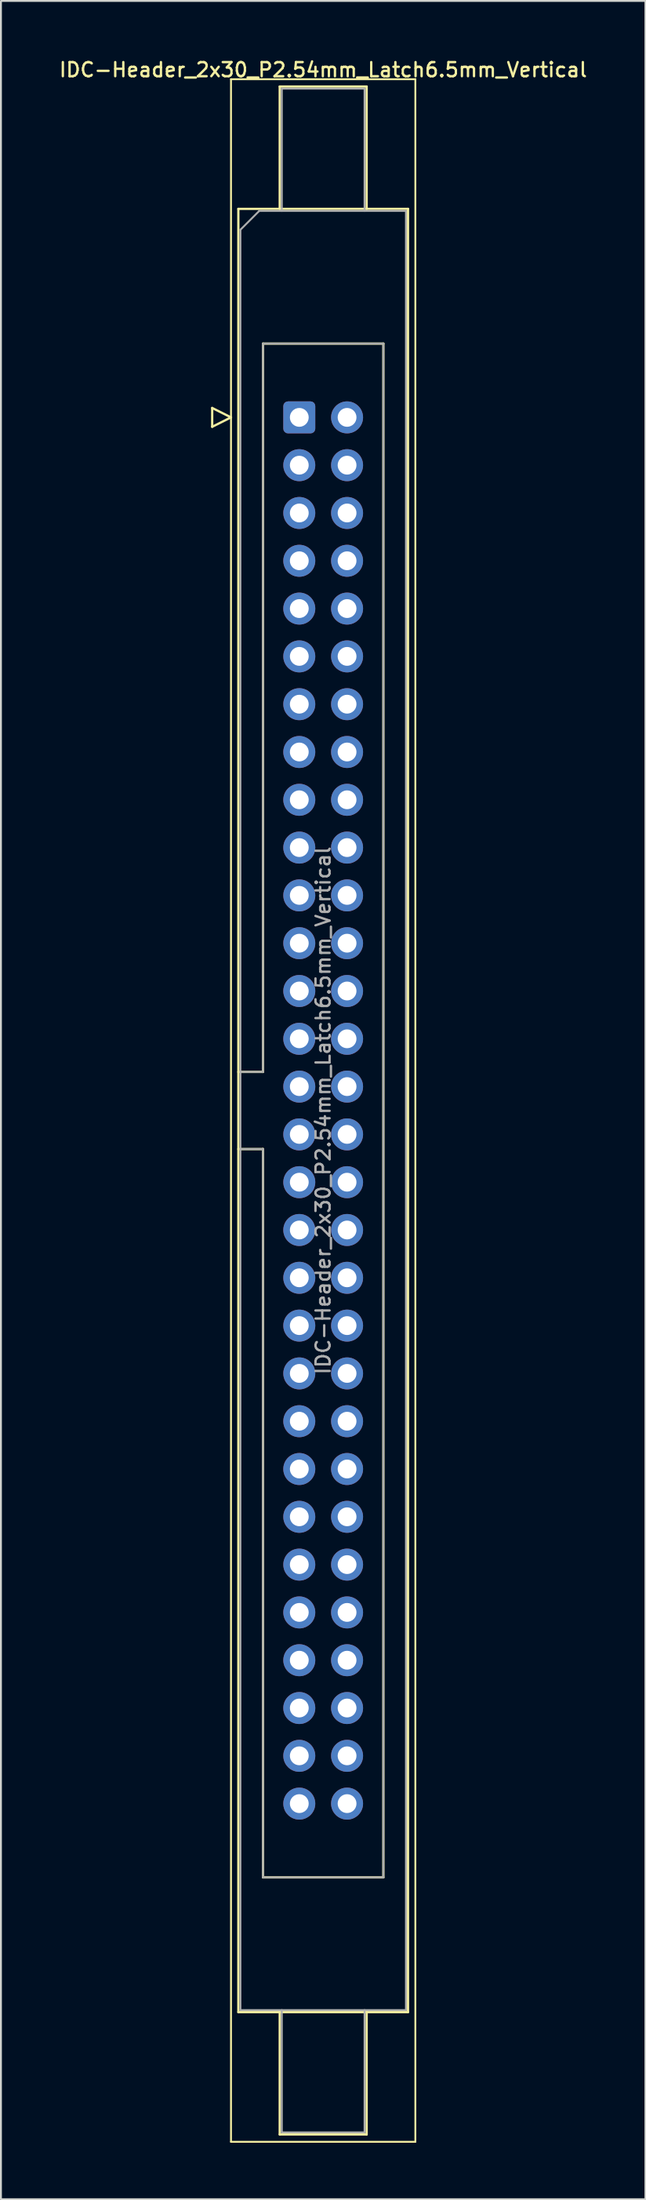
<source format=kicad_pcb>
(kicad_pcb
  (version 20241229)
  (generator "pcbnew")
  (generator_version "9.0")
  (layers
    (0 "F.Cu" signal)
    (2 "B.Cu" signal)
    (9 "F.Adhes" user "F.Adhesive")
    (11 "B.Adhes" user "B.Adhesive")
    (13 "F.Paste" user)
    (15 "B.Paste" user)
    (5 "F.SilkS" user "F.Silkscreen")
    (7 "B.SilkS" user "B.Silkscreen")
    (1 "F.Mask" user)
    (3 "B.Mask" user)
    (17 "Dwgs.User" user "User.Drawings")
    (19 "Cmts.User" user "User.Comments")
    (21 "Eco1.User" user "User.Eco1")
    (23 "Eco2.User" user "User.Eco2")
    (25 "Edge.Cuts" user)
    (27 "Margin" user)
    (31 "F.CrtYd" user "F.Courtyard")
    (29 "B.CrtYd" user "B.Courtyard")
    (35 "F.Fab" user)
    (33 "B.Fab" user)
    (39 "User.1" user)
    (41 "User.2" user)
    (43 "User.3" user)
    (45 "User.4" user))
  (footprint "IDC-Header_2x30_P2.54mm_Latch6.5mm_Vertical"
    (layer "F.Cu")
    (at 12.86 19.128)
    (property "Reference" "IDC-Header_2x30_P2.54mm_Latch6.5mm_Vertical" (at 1.27 -18.47 0) (layer "F.SilkS") (effects (font (size 0.75 0.75) (thickness 0.125))))
    (attr through_hole)
    (fp_line (start -4.63 -0.5) (end -4.63 0.5) (stroke (width 0.12) (type solid)) (layer "F.SilkS"))
    (fp_line (start -4.63 0.5) (end -3.63 0) (stroke (width 0.12) (type solid)) (layer "F.SilkS"))
    (fp_line (start -3.63 -17.97) (end -3.63 91.63) (stroke (width 0.1) (type solid)) (layer "F.SilkS"))
    (fp_line (start -3.63 0) (end -4.63 -0.5) (stroke (width 0.12) (type solid)) (layer "F.SilkS"))
    (fp_line (start -3.63 91.63) (end 6.17 91.63) (stroke (width 0.1) (type solid)) (layer "F.SilkS"))
    (fp_line (start -3.24 -11.08) (end 5.78 -11.08) (stroke (width 0.12) (type solid)) (layer "F.SilkS"))
    (fp_line (start -3.24 34.78) (end -1.93 34.78) (stroke (width 0.12) (type solid)) (layer "F.SilkS"))
    (fp_line (start -3.24 84.74) (end -3.24 -11.08) (stroke (width 0.12) (type solid)) (layer "F.SilkS"))
    (fp_line (start -1.93 -3.92) (end 4.47 -3.92) (stroke (width 0.12) (type solid)) (layer "F.SilkS"))
    (fp_line (start -1.93 34.78) (end -1.93 -3.92) (stroke (width 0.12) (type solid)) (layer "F.SilkS"))
    (fp_line (start -1.93 38.88) (end -3.24 38.88) (stroke (width 0.12) (type solid)) (layer "F.SilkS"))
    (fp_line (start -1.93 38.88) (end -1.93 38.88) (stroke (width 0.12) (type solid)) (layer "F.SilkS"))
    (fp_line (start -1.93 77.58) (end -1.93 38.88) (stroke (width 0.12) (type solid)) (layer "F.SilkS"))
    (fp_line (start -1.04 -17.58) (end 3.58 -17.58) (stroke (width 0.12) (type solid)) (layer "F.SilkS"))
    (fp_line (start -1.04 -11.08) (end -1.04 -17.58) (stroke (width 0.12) (type solid)) (layer "F.SilkS"))
    (fp_line (start -1.04 84.74) (end -1.04 91.24) (stroke (width 0.12) (type solid)) (layer "F.SilkS"))
    (fp_line (start -1.04 91.24) (end 3.58 91.24) (stroke (width 0.12) (type solid)) (layer "F.SilkS"))
    (fp_line (start 3.58 -17.58) (end 3.58 -11.08) (stroke (width 0.12) (type solid)) (layer "F.SilkS"))
    (fp_line (start 3.58 91.24) (end 3.58 84.74) (stroke (width 0.12) (type solid)) (layer "F.SilkS"))
    (fp_line (start 4.47 -3.92) (end 4.47 77.58) (stroke (width 0.12) (type solid)) (layer "F.SilkS"))
    (fp_line (start 4.47 77.58) (end -1.93 77.58) (stroke (width 0.12) (type solid)) (layer "F.SilkS"))
    (fp_line (start 5.78 -11.08) (end 5.78 84.74) (stroke (width 0.12) (type solid)) (layer "F.SilkS"))
    (fp_line (start 5.78 84.74) (end -3.24 84.74) (stroke (width 0.12) (type solid)) (layer "F.SilkS"))
    (fp_line (start 6.17 -17.97) (end -3.63 -17.97) (stroke (width 0.1) (type solid)) (layer "F.SilkS"))
    (fp_line (start 6.17 91.63) (end 6.17 -17.97) (stroke (width 0.1) (type solid)) (layer "F.SilkS"))
    (fp_line (start -3.13 -9.97) (end -2.13 -10.97) (stroke (width 0.1) (type solid)) (layer "F.Fab"))
    (fp_line (start -3.13 34.78) (end -1.93 34.78) (stroke (width 0.1) (type solid)) (layer "F.Fab"))
    (fp_line (start -3.13 84.63) (end -3.13 -9.97) (stroke (width 0.1) (type solid)) (layer "F.Fab"))
    (fp_line (start -2.13 -10.97) (end 5.67 -10.97) (stroke (width 0.1) (type solid)) (layer "F.Fab"))
    (fp_line (start -1.93 -3.92) (end 4.47 -3.92) (stroke (width 0.1) (type solid)) (layer "F.Fab"))
    (fp_line (start -1.93 34.78) (end -1.93 -3.92) (stroke (width 0.1) (type solid)) (layer "F.Fab"))
    (fp_line (start -1.93 38.88) (end -3.13 38.88) (stroke (width 0.1) (type solid)) (layer "F.Fab"))
    (fp_line (start -1.93 38.88) (end -1.93 38.88) (stroke (width 0.1) (type solid)) (layer "F.Fab"))
    (fp_line (start -1.93 77.58) (end -1.93 38.88) (stroke (width 0.1) (type solid)) (layer "F.Fab"))
    (fp_line (start -0.93 -17.47) (end 3.47 -17.47) (stroke (width 0.1) (type solid)) (layer "F.Fab"))
    (fp_line (start -0.93 -10.97) (end -0.93 -17.47) (stroke (width 0.1) (type solid)) (layer "F.Fab"))
    (fp_line (start -0.93 84.63) (end -0.93 91.13) (stroke (width 0.1) (type solid)) (layer "F.Fab"))
    (fp_line (start -0.93 91.13) (end 3.47 91.13) (stroke (width 0.1) (type solid)) (layer "F.Fab"))
    (fp_line (start 3.47 -17.47) (end 3.47 -10.97) (stroke (width 0.1) (type solid)) (layer "F.Fab"))
    (fp_line (start 3.47 91.13) (end 3.47 84.63) (stroke (width 0.1) (type solid)) (layer "F.Fab"))
    (fp_line (start 4.47 -3.92) (end 4.47 77.58) (stroke (width 0.1) (type solid)) (layer "F.Fab"))
    (fp_line (start 4.47 77.58) (end -1.93 77.58) (stroke (width 0.1) (type solid)) (layer "F.Fab"))
    (fp_line (start 5.67 -10.97) (end 5.67 84.63) (stroke (width 0.1) (type solid)) (layer "F.Fab"))
    (fp_line (start 5.67 84.63) (end -3.13 84.63) (stroke (width 0.1) (type solid)) (layer "F.Fab"))
    (fp_text user "${REFERENCE}" (at 1.27 36.83 90) (layer "F.Fab") (effects (font (size 0.75 0.75) (thickness 0.125))))
    (pad "1" thru_hole roundrect (at 0 0) (size 1.7 1.7) (drill 1) (layers "*.Cu" "*.Mask") (roundrect_rratio 0.147))
    (pad "2" thru_hole circle (at 2.54 0) (size 1.7 1.7) (drill 1) (layers "*.Cu" "*.Mask"))
    (pad "3" thru_hole circle (at 0 2.54) (size 1.7 1.7) (drill 1) (layers "*.Cu" "*.Mask"))
    (pad "4" thru_hole circle (at 2.54 2.54) (size 1.7 1.7) (drill 1) (layers "*.Cu" "*.Mask"))
    (pad "5" thru_hole circle (at 0 5.08) (size 1.7 1.7) (drill 1) (layers "*.Cu" "*.Mask"))
    (pad "6" thru_hole circle (at 2.54 5.08) (size 1.7 1.7) (drill 1) (layers "*.Cu" "*.Mask"))
    (pad "7" thru_hole circle (at 0 7.62) (size 1.7 1.7) (drill 1) (layers "*.Cu" "*.Mask"))
    (pad "8" thru_hole circle (at 2.54 7.62) (size 1.7 1.7) (drill 1) (layers "*.Cu" "*.Mask"))
    (pad "9" thru_hole circle (at 0 10.16) (size 1.7 1.7) (drill 1) (layers "*.Cu" "*.Mask"))
    (pad "10" thru_hole circle (at 2.54 10.16) (size 1.7 1.7) (drill 1) (layers "*.Cu" "*.Mask"))
    (pad "11" thru_hole circle (at 0 12.7) (size 1.7 1.7) (drill 1) (layers "*.Cu" "*.Mask"))
    (pad "12" thru_hole circle (at 2.54 12.7) (size 1.7 1.7) (drill 1) (layers "*.Cu" "*.Mask"))
    (pad "13" thru_hole circle (at 0 15.24) (size 1.7 1.7) (drill 1) (layers "*.Cu" "*.Mask"))
    (pad "14" thru_hole circle (at 2.54 15.24) (size 1.7 1.7) (drill 1) (layers "*.Cu" "*.Mask"))
    (pad "15" thru_hole circle (at 0 17.78) (size 1.7 1.7) (drill 1) (layers "*.Cu" "*.Mask"))
    (pad "16" thru_hole circle (at 2.54 17.78) (size 1.7 1.7) (drill 1) (layers "*.Cu" "*.Mask"))
    (pad "17" thru_hole circle (at 0 20.32) (size 1.7 1.7) (drill 1) (layers "*.Cu" "*.Mask"))
    (pad "18" thru_hole circle (at 2.54 20.32) (size 1.7 1.7) (drill 1) (layers "*.Cu" "*.Mask"))
    (pad "19" thru_hole circle (at 0 22.86) (size 1.7 1.7) (drill 1) (layers "*.Cu" "*.Mask"))
    (pad "20" thru_hole circle (at 2.54 22.86) (size 1.7 1.7) (drill 1) (layers "*.Cu" "*.Mask"))
    (pad "21" thru_hole circle (at 0 25.4) (size 1.7 1.7) (drill 1) (layers "*.Cu" "*.Mask"))
    (pad "22" thru_hole circle (at 2.54 25.4) (size 1.7 1.7) (drill 1) (layers "*.Cu" "*.Mask"))
    (pad "23" thru_hole circle (at 0 27.94) (size 1.7 1.7) (drill 1) (layers "*.Cu" "*.Mask"))
    (pad "24" thru_hole circle (at 2.54 27.94) (size 1.7 1.7) (drill 1) (layers "*.Cu" "*.Mask"))
    (pad "25" thru_hole circle (at 0 30.48) (size 1.7 1.7) (drill 1) (layers "*.Cu" "*.Mask"))
    (pad "26" thru_hole circle (at 2.54 30.48) (size 1.7 1.7) (drill 1) (layers "*.Cu" "*.Mask"))
    (pad "27" thru_hole circle (at 0 33.02) (size 1.7 1.7) (drill 1) (layers "*.Cu" "*.Mask"))
    (pad "28" thru_hole circle (at 2.54 33.02) (size 1.7 1.7) (drill 1) (layers "*.Cu" "*.Mask"))
    (pad "29" thru_hole circle (at 0 35.56) (size 1.7 1.7) (drill 1) (layers "*.Cu" "*.Mask"))
    (pad "30" thru_hole circle (at 2.54 35.56) (size 1.7 1.7) (drill 1) (layers "*.Cu" "*.Mask"))
    (pad "31" thru_hole circle (at 0 38.1) (size 1.7 1.7) (drill 1) (layers "*.Cu" "*.Mask"))
    (pad "32" thru_hole circle (at 2.54 38.1) (size 1.7 1.7) (drill 1) (layers "*.Cu" "*.Mask"))
    (pad "33" thru_hole circle (at 0 40.64) (size 1.7 1.7) (drill 1) (layers "*.Cu" "*.Mask"))
    (pad "34" thru_hole circle (at 2.54 40.64) (size 1.7 1.7) (drill 1) (layers "*.Cu" "*.Mask"))
    (pad "35" thru_hole circle (at 0 43.18) (size 1.7 1.7) (drill 1) (layers "*.Cu" "*.Mask"))
    (pad "36" thru_hole circle (at 2.54 43.18) (size 1.7 1.7) (drill 1) (layers "*.Cu" "*.Mask"))
    (pad "37" thru_hole circle (at 0 45.72) (size 1.7 1.7) (drill 1) (layers "*.Cu" "*.Mask"))
    (pad "38" thru_hole circle (at 2.54 45.72) (size 1.7 1.7) (drill 1) (layers "*.Cu" "*.Mask"))
    (pad "39" thru_hole circle (at 0 48.26) (size 1.7 1.7) (drill 1) (layers "*.Cu" "*.Mask"))
    (pad "40" thru_hole circle (at 2.54 48.26) (size 1.7 1.7) (drill 1) (layers "*.Cu" "*.Mask"))
    (pad "41" thru_hole circle (at 0 50.8) (size 1.7 1.7) (drill 1) (layers "*.Cu" "*.Mask"))
    (pad "42" thru_hole circle (at 2.54 50.8) (size 1.7 1.7) (drill 1) (layers "*.Cu" "*.Mask"))
    (pad "43" thru_hole circle (at 0 53.34) (size 1.7 1.7) (drill 1) (layers "*.Cu" "*.Mask"))
    (pad "44" thru_hole circle (at 2.54 53.34) (size 1.7 1.7) (drill 1) (layers "*.Cu" "*.Mask"))
    (pad "45" thru_hole circle (at 0 55.88) (size 1.7 1.7) (drill 1) (layers "*.Cu" "*.Mask"))
    (pad "46" thru_hole circle (at 2.54 55.88) (size 1.7 1.7) (drill 1) (layers "*.Cu" "*.Mask"))
    (pad "47" thru_hole circle (at 0 58.42) (size 1.7 1.7) (drill 1) (layers "*.Cu" "*.Mask"))
    (pad "48" thru_hole circle (at 2.54 58.42) (size 1.7 1.7) (drill 1) (layers "*.Cu" "*.Mask"))
    (pad "49" thru_hole circle (at 0 60.96) (size 1.7 1.7) (drill 1) (layers "*.Cu" "*.Mask"))
    (pad "50" thru_hole circle (at 2.54 60.96) (size 1.7 1.7) (drill 1) (layers "*.Cu" "*.Mask"))
    (pad "51" thru_hole circle (at 0 63.5) (size 1.7 1.7) (drill 1) (layers "*.Cu" "*.Mask"))
    (pad "52" thru_hole circle (at 2.54 63.5) (size 1.7 1.7) (drill 1) (layers "*.Cu" "*.Mask"))
    (pad "53" thru_hole circle (at 0 66.04) (size 1.7 1.7) (drill 1) (layers "*.Cu" "*.Mask"))
    (pad "54" thru_hole circle (at 2.54 66.04) (size 1.7 1.7) (drill 1) (layers "*.Cu" "*.Mask"))
    (pad "55" thru_hole circle (at 0 68.58) (size 1.7 1.7) (drill 1) (layers "*.Cu" "*.Mask"))
    (pad "56" thru_hole circle (at 2.54 68.58) (size 1.7 1.7) (drill 1) (layers "*.Cu" "*.Mask"))
    (pad "57" thru_hole circle (at 0 71.12) (size 1.7 1.7) (drill 1) (layers "*.Cu" "*.Mask"))
    (pad "58" thru_hole circle (at 2.54 71.12) (size 1.7 1.7) (drill 1) (layers "*.Cu" "*.Mask"))
    (pad "59" thru_hole circle (at 0 73.66) (size 1.7 1.7) (drill 1) (layers "*.Cu" "*.Mask"))
    (pad "60" thru_hole circle (at 2.54 73.66) (size 1.7 1.7) (drill 1) (layers "*.Cu" "*.Mask")))
  (gr_rect
    (start -3 -3)
    (end 31.261 113.808)
    (stroke (width 0.1) (type default))
    (fill no)
    (layer "Edge.Cuts")))
</source>
